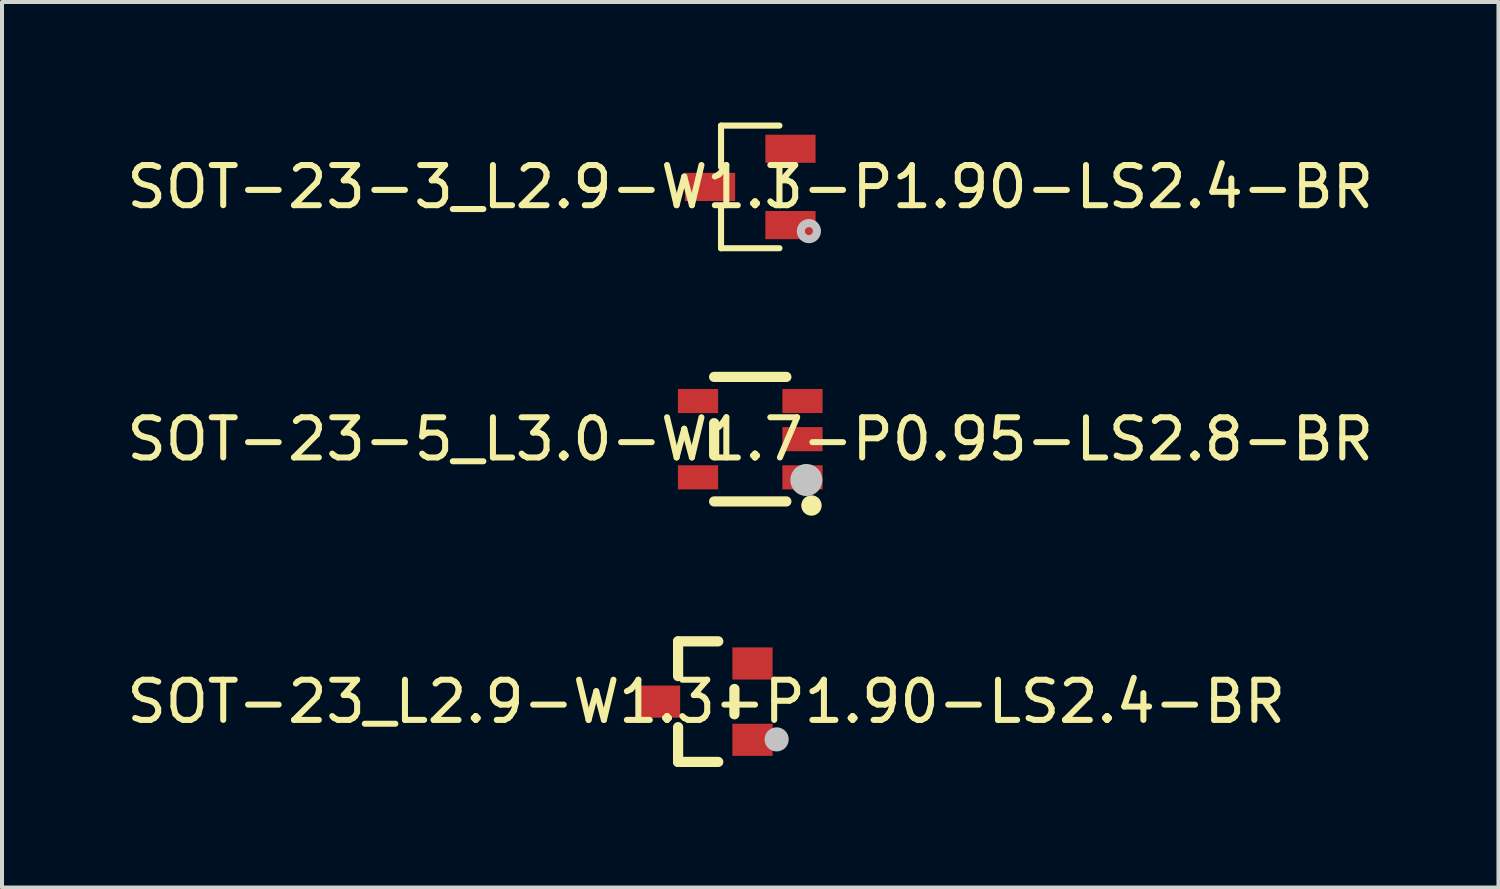
<source format=kicad_pcb>
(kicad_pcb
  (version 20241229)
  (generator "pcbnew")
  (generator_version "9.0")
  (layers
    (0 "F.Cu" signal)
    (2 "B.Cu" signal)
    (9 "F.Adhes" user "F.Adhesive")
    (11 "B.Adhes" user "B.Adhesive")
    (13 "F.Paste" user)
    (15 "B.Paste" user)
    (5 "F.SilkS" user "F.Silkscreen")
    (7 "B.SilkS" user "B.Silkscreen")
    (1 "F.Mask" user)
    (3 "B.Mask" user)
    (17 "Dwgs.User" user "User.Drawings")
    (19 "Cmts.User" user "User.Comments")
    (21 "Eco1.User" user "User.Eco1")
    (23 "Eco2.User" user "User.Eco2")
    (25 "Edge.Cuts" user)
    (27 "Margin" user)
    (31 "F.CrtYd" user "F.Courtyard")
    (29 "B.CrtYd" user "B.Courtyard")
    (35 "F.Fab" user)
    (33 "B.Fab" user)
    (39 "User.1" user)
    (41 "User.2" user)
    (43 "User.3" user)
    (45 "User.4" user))
  (footprint "SOT-23-3_L2.9-W1.3-P1.90-LS2.4-BR"
    (layer "F.Cu")
    (at 15.625 1.603)
    (property "Reference" "SOT-23-3_L2.9-W1.3-P1.90-LS2.4-BR" (at 0 0 0) (layer "F.SilkS") (effects (font (size 1 1) (thickness 0.15))))
    (fp_line (start -0.727 -1.526) (end -0.727 -0.495) (stroke (width 0.152) (type default)) (layer "F.SilkS"))
    (fp_line (start -0.727 1.526) (end -0.727 0.495) (stroke (width 0.152) (type default)) (layer "F.SilkS"))
    (fp_line (start 0.727 -1.526) (end -0.727 -1.526) (stroke (width 0.152) (type default)) (layer "F.SilkS"))
    (fp_line (start 0.727 -0.455) (end 0.727 0.455) (stroke (width 0.152) (type default)) (layer "F.SilkS"))
    (fp_line (start 0.727 1.526) (end -0.727 1.526) (stroke (width 0.152) (type default)) (layer "F.SilkS"))
    (fp_circle (center 1.46 1.1) (end 1.56 1.1) (stroke (width 0.201) (type default)) (fill no) (layer "Dwgs.User"))
    (fp_poly (pts (xy -1.199 0.216) (xy -1.199 -0.216) (xy -0.899 -0.216) (xy -0.899 0.216)) (stroke (width 0.1) (type default)) (fill no) (layer "User.1"))
    (fp_poly (pts (xy -0.909 0.216) (xy -0.909 -0.216) (xy -0.64 -0.216) (xy -0.64 0.216)) (stroke (width 0.1) (type default)) (fill no) (layer "User.1"))
    (fp_poly (pts (xy 0.64 -0.734) (xy 0.64 -1.166) (xy 0.909 -1.166) (xy 0.909 -0.734)) (stroke (width 0.1) (type default)) (fill no) (layer "User.1"))
    (fp_poly (pts (xy 0.64 1.166) (xy 0.64 0.734) (xy 0.909 0.734) (xy 0.909 1.166)) (stroke (width 0.1) (type default)) (fill no) (layer "User.1"))
    (fp_poly (pts (xy 0.899 -0.734) (xy 0.899 -1.166) (xy 1.199 -1.166) (xy 1.199 -0.734)) (stroke (width 0.1) (type default)) (fill no) (layer "User.1"))
    (fp_poly (pts (xy 0.899 1.166) (xy 0.899 0.734) (xy 1.199 0.734) (xy 1.199 1.166)) (stroke (width 0.1) (type default)) (fill no) (layer "User.1"))
    (fp_line (start -0.65 -1.45) (end 0.65 -1.45) (stroke (width 0.051) (type default)) (layer "User.2"))
    (fp_line (start -0.65 1.45) (end -0.65 -1.45) (stroke (width 0.051) (type default)) (layer "User.2"))
    (fp_line (start 0.65 -1.45) (end 0.65 1.45) (stroke (width 0.051) (type default)) (layer "User.2"))
    (fp_line (start 0.65 1.45) (end -0.65 1.45) (stroke (width 0.051) (type default)) (layer "User.2"))
    (fp_poly (pts (xy 1.255 1.427) (xy 1.222 1.394) (xy 1.176 1.394) (xy 1.143 1.427) (xy 1.143 1.474) (xy 1.176 1.507) (xy 1.222 1.507) (xy 1.255 1.474)) (stroke (width 0.1) (type default)) (fill no) (layer "User.3"))
    (pad "1" smd rect (at 1.001 0.95) (size 1.25 0.701) (layers "F.Cu" "F.Mask" "F.Paste"))
    (pad "2" smd rect (at 1.001 -0.95) (size 1.25 0.701) (layers "F.Cu" "F.Mask" "F.Paste"))
    (pad "3" smd rect (at -1.001 0) (size 1.25 0.701) (layers "F.Cu" "F.Mask" "F.Paste")))
  (footprint "SOT-23-5_L3.0-W1.7-P0.95-LS2.8-BR"
    (layer "F.Cu")
    (at 15.625 7.882)
    (property "Reference" "SOT-23-5_L3.0-W1.7-P0.95-LS2.8-BR" (at 0 0 0) (layer "F.SilkS") (effects (font (size 1 1) (thickness 0.15))))
    (fp_line (start -0.899 -1.55) (end 0.899 -1.55) (stroke (width 0.254) (type default)) (layer "F.SilkS"))
    (fp_line (start -0.899 0.402) (end -0.899 -0.399) (stroke (width 0.254) (type default)) (layer "F.SilkS"))
    (fp_line (start -0.899 1.55) (end 0.899 1.55) (stroke (width 0.254) (type default)) (layer "F.SilkS"))
    (fp_circle (center 1.524 1.651) (end 1.651 1.651) (stroke (width 0.254) (type default)) (fill no) (layer "F.SilkS"))
    (fp_circle (center 1.397 1.016) (end 1.597 1.016) (stroke (width 0.399) (type default)) (fill no) (layer "Dwgs.User"))
    (fp_poly (pts (xy -1.399 -0.75) (xy -1.399 -1.151) (xy -0.95 -1.151) (xy -0.95 -0.75)) (stroke (width 0.1) (type default)) (fill no) (layer "User.1"))
    (fp_poly (pts (xy -1.399 1.151) (xy -1.399 0.75) (xy -0.95 0.75) (xy -0.95 1.151)) (stroke (width 0.1) (type default)) (fill no) (layer "User.1"))
    (fp_poly (pts (xy -0.96 -0.75) (xy -0.96 -1.151) (xy -0.79 -1.151) (xy -0.79 -0.75)) (stroke (width 0.1) (type default)) (fill no) (layer "User.1"))
    (fp_poly (pts (xy -0.96 1.151) (xy -0.96 0.75) (xy -0.79 0.75) (xy -0.79 1.151)) (stroke (width 0.1) (type default)) (fill no) (layer "User.1"))
    (fp_poly (pts (xy 0.79 -0.75) (xy 0.79 -1.151) (xy 0.96 -1.151) (xy 0.96 -0.75)) (stroke (width 0.1) (type default)) (fill no) (layer "User.1"))
    (fp_poly (pts (xy 0.79 0.201) (xy 0.79 -0.201) (xy 0.96 -0.201) (xy 0.96 0.201)) (stroke (width 0.1) (type default)) (fill no) (layer "User.1"))
    (fp_poly (pts (xy 0.79 1.151) (xy 0.79 0.75) (xy 0.96 0.75) (xy 0.96 1.151)) (stroke (width 0.1) (type default)) (fill no) (layer "User.1"))
    (fp_poly (pts (xy 0.95 -0.75) (xy 0.95 -1.151) (xy 1.399 -1.151) (xy 1.399 -0.75)) (stroke (width 0.1) (type default)) (fill no) (layer "User.1"))
    (fp_poly (pts (xy 0.95 0.201) (xy 0.95 -0.201) (xy 1.399 -0.201) (xy 1.399 0.201)) (stroke (width 0.1) (type default)) (fill no) (layer "User.1"))
    (fp_poly (pts (xy 0.95 1.151) (xy 0.95 0.75) (xy 1.399 0.75) (xy 1.399 1.151)) (stroke (width 0.1) (type default)) (fill no) (layer "User.1"))
    (fp_line (start -0.8 -1.45) (end 0.8 -1.45) (stroke (width 0.051) (type default)) (layer "User.2"))
    (fp_line (start -0.8 1.45) (end -0.8 -1.45) (stroke (width 0.051) (type default)) (layer "User.2"))
    (fp_line (start 0.8 -1.45) (end 0.8 1.45) (stroke (width 0.051) (type default)) (layer "User.2"))
    (fp_line (start 0.8 1.45) (end -0.8 1.45) (stroke (width 0.051) (type default)) (layer "User.2"))
    (fp_poly (pts (xy 1.456 1.427) (xy 1.423 1.394) (xy 1.376 1.394) (xy 1.343 1.427) (xy 1.343 1.474) (xy 1.376 1.507) (xy 1.423 1.507) (xy 1.456 1.474)) (stroke (width 0.1) (type default)) (fill no) (layer "User.3"))
    (pad "1" smd rect (at 1.3 0.95) (size 1.001 0.6) (layers "F.Cu" "F.Mask" "F.Paste"))
    (pad "2" smd rect (at 1.3 0) (size 1.001 0.6) (layers "F.Cu" "F.Mask" "F.Paste"))
    (pad "3" smd rect (at 1.3 -0.95) (size 1.001 0.6) (layers "F.Cu" "F.Mask" "F.Paste"))
    (pad "4" smd rect (at -1.3 -0.95) (size 1.001 0.6) (layers "F.Cu" "F.Mask" "F.Paste"))
    (pad "5" smd rect (at -1.3 0.95) (size 1.001 0.6) (layers "F.Cu" "F.Mask" "F.Paste")))
  (footprint "SOT-23_L2.9-W1.3-P1.90-LS2.4-BR"
    (layer "F.Cu")
    (at 14.53 14.415)
    (property "Reference" "SOT-23_L2.9-W1.3-P1.90-LS2.4-BR" (at 0 0 0) (layer "F.SilkS") (effects (font (size 1 1) (thickness 0.15))))
    (fp_line (start -0.701 -1.501) (end 0.299 -1.501) (stroke (width 0.254) (type default)) (layer "F.SilkS"))
    (fp_line (start -0.701 -0.635) (end -0.701 -1.501) (stroke (width 0.254) (type default)) (layer "F.SilkS"))
    (fp_line (start -0.701 1.501) (end -0.701 0.635) (stroke (width 0.254) (type default)) (layer "F.SilkS"))
    (fp_line (start -0.701 1.501) (end 0.299 1.501) (stroke (width 0.254) (type default)) (layer "F.SilkS"))
    (fp_line (start 0.701 0.315) (end 0.701 -0.315) (stroke (width 0.254) (type default)) (layer "F.SilkS"))
    (fp_circle (center 1.752 0.94) (end 1.903 0.94) (stroke (width 0.299) (type default)) (fill no) (layer "Dwgs.User"))
    (fp_poly (pts (xy -1.199 0.201) (xy -1.199 -0.201) (xy -0.8 -0.201) (xy -0.8 0.201)) (stroke (width 0.1) (type default)) (fill no) (layer "User.1"))
    (fp_poly (pts (xy -0.81 0.201) (xy -0.81 -0.201) (xy -0.64 -0.201) (xy -0.64 0.201)) (stroke (width 0.1) (type default)) (fill no) (layer "User.1"))
    (fp_poly (pts (xy 0.64 -0.75) (xy 0.64 -1.151) (xy 0.81 -1.151) (xy 0.81 -0.75)) (stroke (width 0.1) (type default)) (fill no) (layer "User.1"))
    (fp_poly (pts (xy 0.64 1.151) (xy 0.64 0.75) (xy 0.81 0.75) (xy 0.81 1.151)) (stroke (width 0.1) (type default)) (fill no) (layer "User.1"))
    (fp_poly (pts (xy 0.8 -0.75) (xy 0.8 -1.151) (xy 1.199 -1.151) (xy 1.199 -0.75)) (stroke (width 0.1) (type default)) (fill no) (layer "User.1"))
    (fp_poly (pts (xy 0.8 1.151) (xy 0.8 0.75) (xy 1.199 0.75) (xy 1.199 1.151)) (stroke (width 0.1) (type default)) (fill no) (layer "User.1"))
    (fp_line (start -0.65 -1.45) (end 0.65 -1.45) (stroke (width 0.051) (type default)) (layer "User.2"))
    (fp_line (start -0.65 1.45) (end -0.65 -1.45) (stroke (width 0.051) (type default)) (layer "User.2"))
    (fp_line (start 0.65 -1.45) (end 0.65 1.45) (stroke (width 0.051) (type default)) (layer "User.2"))
    (fp_line (start 0.65 1.45) (end -0.65 1.45) (stroke (width 0.051) (type default)) (layer "User.2"))
    (fp_poly (pts (xy 1.255 1.427) (xy 1.222 1.394) (xy 1.176 1.394) (xy 1.143 1.427) (xy 1.143 1.474) (xy 1.176 1.507) (xy 1.222 1.507) (xy 1.255 1.474)) (stroke (width 0.1) (type default)) (fill no) (layer "User.3"))
    (pad "1" smd rect (at 1.151 0.95 180) (size 1.001 0.8) (layers "F.Cu" "F.Mask" "F.Paste"))
    (pad "2" smd rect (at 1.151 -0.95 180) (size 1.001 0.8) (layers "F.Cu" "F.Mask" "F.Paste"))
    (pad "3" smd rect (at -1.151 0 180) (size 1.001 0.8) (layers "F.Cu" "F.Mask" "F.Paste")))
  (gr_rect
    (start -3 -3)
    (end 34.25 19.043)
    (stroke (width 0.1) (type default))
    (fill no)
    (layer "Edge.Cuts")))
</source>
